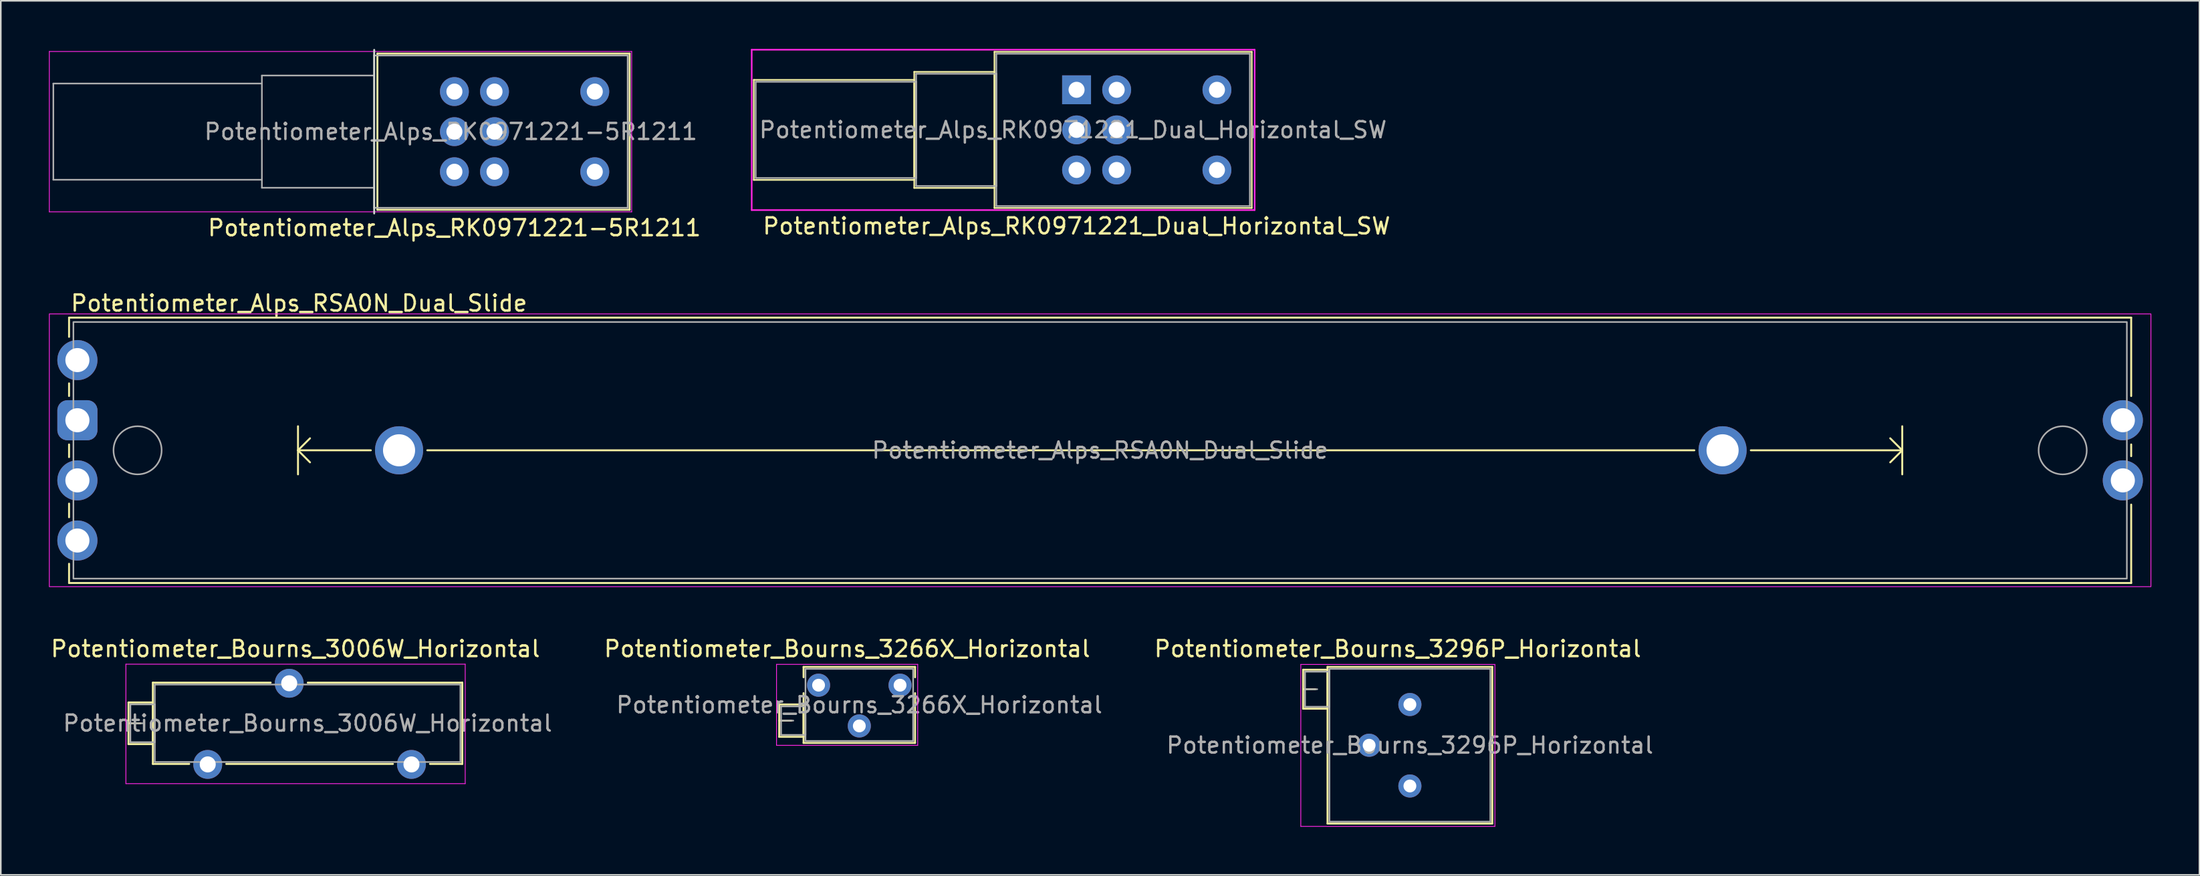
<source format=kicad_pcb>
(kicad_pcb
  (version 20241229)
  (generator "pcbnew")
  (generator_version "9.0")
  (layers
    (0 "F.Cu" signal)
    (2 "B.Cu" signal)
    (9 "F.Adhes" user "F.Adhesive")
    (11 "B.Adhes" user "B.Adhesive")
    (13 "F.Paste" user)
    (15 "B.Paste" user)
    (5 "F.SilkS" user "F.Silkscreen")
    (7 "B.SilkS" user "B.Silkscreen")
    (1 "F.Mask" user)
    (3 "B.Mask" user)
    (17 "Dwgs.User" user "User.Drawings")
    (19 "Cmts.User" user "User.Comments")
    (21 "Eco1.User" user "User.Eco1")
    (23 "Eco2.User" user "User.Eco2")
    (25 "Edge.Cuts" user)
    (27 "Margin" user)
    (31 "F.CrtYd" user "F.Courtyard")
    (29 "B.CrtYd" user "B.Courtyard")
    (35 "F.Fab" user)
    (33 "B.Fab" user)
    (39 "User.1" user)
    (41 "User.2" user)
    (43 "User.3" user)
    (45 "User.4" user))
  (footprint "Potentiometer_Bourns_3296P_Horizontal"
    (layer "F.Cu")
    (at 84.834 40.885)
    (property "Reference" "Potentiometer_Bourns_3296P_Horizontal" (at -0.76 -3.475 0) (layer "F.SilkS") (effects (font (size 1 1) (thickness 0.15))))
    (attr through_hole)
    (fp_line (start -6.655 -2.169) (end -6.655 0.26) (stroke (width 0.12) (type solid)) (layer "F.SilkS"))
    (fp_line (start -6.655 -2.169) (end -5.136 -2.169) (stroke (width 0.12) (type solid)) (layer "F.SilkS"))
    (fp_line (start -6.655 -0.955) (end -5.896 -0.955) (stroke (width 0.12) (type solid)) (layer "F.SilkS"))
    (fp_line (start -6.655 0.26) (end -5.136 0.26) (stroke (width 0.12) (type solid)) (layer "F.SilkS"))
    (fp_line (start -5.136 -2.169) (end -5.136 0.26) (stroke (width 0.12) (type solid)) (layer "F.SilkS"))
    (fp_line (start -5.135 -2.345) (end -5.135 7.425) (stroke (width 0.12) (type solid)) (layer "F.SilkS"))
    (fp_line (start -5.135 -2.345) (end 5.135 -2.345) (stroke (width 0.12) (type solid)) (layer "F.SilkS"))
    (fp_line (start -5.135 7.425) (end 5.135 7.425) (stroke (width 0.12) (type solid)) (layer "F.SilkS"))
    (fp_line (start 5.135 -2.345) (end 5.135 7.425) (stroke (width 0.12) (type solid)) (layer "F.SilkS"))
    (fp_line (start -6.8 -2.5) (end -6.8 7.6) (stroke (width 0.05) (type solid)) (layer "F.CrtYd"))
    (fp_line (start -6.8 7.6) (end 5.3 7.6) (stroke (width 0.05) (type solid)) (layer "F.CrtYd"))
    (fp_line (start 5.3 -2.5) (end -6.8 -2.5) (stroke (width 0.05) (type solid)) (layer "F.CrtYd"))
    (fp_line (start 5.3 7.6) (end 5.3 -2.5) (stroke (width 0.05) (type solid)) (layer "F.CrtYd"))
    (fp_line (start -6.535 -2.05) (end -6.535 0.14) (stroke (width 0.1) (type solid)) (layer "F.Fab"))
    (fp_line (start -6.535 -0.955) (end -5.775 -0.955) (stroke (width 0.1) (type solid)) (layer "F.Fab"))
    (fp_line (start -6.535 0.14) (end -5.015 0.14) (stroke (width 0.1) (type solid)) (layer "F.Fab"))
    (fp_line (start -5.015 -2.225) (end -5.015 7.305) (stroke (width 0.1) (type solid)) (layer "F.Fab"))
    (fp_line (start -5.015 -2.05) (end -6.535 -2.05) (stroke (width 0.1) (type solid)) (layer "F.Fab"))
    (fp_line (start -5.015 0.14) (end -5.015 -2.05) (stroke (width 0.1) (type solid)) (layer "F.Fab"))
    (fp_line (start -5.015 7.305) (end 5.015 7.305) (stroke (width 0.1) (type solid)) (layer "F.Fab"))
    (fp_line (start 5.015 -2.225) (end -5.015 -2.225) (stroke (width 0.1) (type solid)) (layer "F.Fab"))
    (fp_line (start 5.015 7.305) (end 5.015 -2.225) (stroke (width 0.1) (type solid)) (layer "F.Fab"))
    (fp_text user "${REFERENCE}" (at 0 2.54 0) (layer "F.Fab") (effects (font (size 1 1) (thickness 0.15))))
    (pad "1" thru_hole circle (at 0 0) (size 1.44 1.44) (drill 0.8) (layers "*.Cu" "*.Mask"))
    (pad "2" thru_hole circle (at -2.54 2.54) (size 1.44 1.44) (drill 0.8) (layers "*.Cu" "*.Mask"))
    (pad "3" thru_hole circle (at 0 5.08) (size 1.44 1.44) (drill 0.8) (layers "*.Cu" "*.Mask")))
  (footprint "Potentiometer_Bourns_3266X_Horizontal"
    (layer "F.Cu")
    (at 53.054 39.68)
    (property "Reference" "Potentiometer_Bourns_3266X_Horizontal" (at -3.3 -2.27 0) (layer "F.SilkS") (effects (font (size 1 1) (thickness 0.15))))
    (attr through_hole)
    (fp_line (start -7.535 1.2) (end -7.535 3.22) (stroke (width 0.12) (type solid)) (layer "F.SilkS"))
    (fp_line (start -7.535 1.2) (end -6.016 1.2) (stroke (width 0.12) (type solid)) (layer "F.SilkS"))
    (fp_line (start -7.535 2.21) (end -6.776 2.21) (stroke (width 0.12) (type solid)) (layer "F.SilkS"))
    (fp_line (start -7.535 3.22) (end -6.016 3.22) (stroke (width 0.12) (type solid)) (layer "F.SilkS"))
    (fp_line (start -6.016 1.2) (end -6.016 3.22) (stroke (width 0.12) (type solid)) (layer "F.SilkS"))
    (fp_line (start -6.015 -1.14) (end -6.015 -0.495) (stroke (width 0.12) (type solid)) (layer "F.SilkS"))
    (fp_line (start -6.015 -1.14) (end 0.935 -1.14) (stroke (width 0.12) (type solid)) (layer "F.SilkS"))
    (fp_line (start -6.015 0.495) (end -6.015 3.6) (stroke (width 0.12) (type solid)) (layer "F.SilkS"))
    (fp_line (start -6.015 3.6) (end 0.935 3.6) (stroke (width 0.12) (type solid)) (layer "F.SilkS"))
    (fp_line (start 0.935 -1.14) (end 0.935 -0.495) (stroke (width 0.12) (type solid)) (layer "F.SilkS"))
    (fp_line (start 0.935 0.495) (end 0.935 3.6) (stroke (width 0.12) (type solid)) (layer "F.SilkS"))
    (fp_line (start -7.7 -1.3) (end -7.7 3.75) (stroke (width 0.05) (type solid)) (layer "F.CrtYd"))
    (fp_line (start -7.7 3.75) (end 1.1 3.75) (stroke (width 0.05) (type solid)) (layer "F.CrtYd"))
    (fp_line (start 1.1 -1.3) (end -7.7 -1.3) (stroke (width 0.05) (type solid)) (layer "F.CrtYd"))
    (fp_line (start 1.1 3.75) (end 1.1 -1.3) (stroke (width 0.05) (type solid)) (layer "F.CrtYd"))
    (fp_line (start -7.415 1.32) (end -7.415 3.1) (stroke (width 0.1) (type solid)) (layer "F.Fab"))
    (fp_line (start -7.415 2.21) (end -6.655 2.21) (stroke (width 0.1) (type solid)) (layer "F.Fab"))
    (fp_line (start -7.415 3.1) (end -5.895 3.1) (stroke (width 0.1) (type solid)) (layer "F.Fab"))
    (fp_line (start -5.895 -1.02) (end -5.895 3.48) (stroke (width 0.1) (type solid)) (layer "F.Fab"))
    (fp_line (start -5.895 1.32) (end -7.415 1.32) (stroke (width 0.1) (type solid)) (layer "F.Fab"))
    (fp_line (start -5.895 3.1) (end -5.895 1.32) (stroke (width 0.1) (type solid)) (layer "F.Fab"))
    (fp_line (start -5.895 3.48) (end 0.815 3.48) (stroke (width 0.1) (type solid)) (layer "F.Fab"))
    (fp_line (start 0.815 -1.02) (end -5.895 -1.02) (stroke (width 0.1) (type solid)) (layer "F.Fab"))
    (fp_line (start 0.815 3.48) (end 0.815 -1.02) (stroke (width 0.1) (type solid)) (layer "F.Fab"))
    (fp_text user "${REFERENCE}" (at -2.54 1.23 0) (layer "F.Fab") (effects (font (size 1 1) (thickness 0.15))))
    (pad "1" thru_hole circle (at 0 0) (size 1.44 1.44) (drill 0.8) (layers "*.Cu" "*.Mask"))
    (pad "2" thru_hole circle (at -2.54 2.54) (size 1.44 1.44) (drill 0.8) (layers "*.Cu" "*.Mask"))
    (pad "3" thru_hole circle (at -5.08 0) (size 1.44 1.44) (drill 0.8) (layers "*.Cu" "*.Mask")))
  (footprint "Potentiometer_Alps_RK0971221_Dual_Horizontal_SW"
    (layer "F.Cu")
    (at 64.057 2.55)
    (property "Reference" "Potentiometer_Alps_RK0971221_Dual_Horizontal_SW" (at 0 8.5 180) (layer "F.SilkS") (effects (font (size 1 1) (thickness 0.15))))
    (attr through_hole)
    (fp_line (start -20.12 5.62) (end -20.12 -0.62) (stroke (width 0.1) (type solid)) (layer "F.SilkS"))
    (fp_line (start -10.12 -0.62) (end -20.12 -0.62) (stroke (width 0.1) (type solid)) (layer "F.SilkS"))
    (fp_line (start -10.12 5.62) (end -20.12 5.62) (stroke (width 0.1) (type solid)) (layer "F.SilkS"))
    (fp_line (start -10.12 5.62) (end -10.12 -0.62) (stroke (width 0.1) (type solid)) (layer "F.SilkS"))
    (fp_line (start -10.12 6.12) (end -10.12 -1.12) (stroke (width 0.1) (type solid)) (layer "F.SilkS"))
    (fp_line (start -5.12 -1.12) (end -10.12 -1.12) (stroke (width 0.1) (type solid)) (layer "F.SilkS"))
    (fp_line (start -5.12 6.12) (end -10.12 6.12) (stroke (width 0.1) (type solid)) (layer "F.SilkS"))
    (fp_line (start -5.12 6.12) (end -5.12 -1.12) (stroke (width 0.1) (type solid)) (layer "F.SilkS"))
    (fp_line (start -5.12 7.37) (end -5.12 -2.37) (stroke (width 0.1) (type solid)) (layer "F.SilkS"))
    (fp_line (start 10.921 -2.37) (end -5.12 -2.37) (stroke (width 0.1) (type solid)) (layer "F.SilkS"))
    (fp_line (start 10.921 7.37) (end -5.12 7.37) (stroke (width 0.1) (type solid)) (layer "F.SilkS"))
    (fp_line (start 10.921 7.37) (end 10.921 -2.37) (stroke (width 0.1) (type solid)) (layer "F.SilkS"))
    (fp_line (start -20.25 -2.5) (end -20.25 7.5) (stroke (width 0.1) (type solid)) (layer "F.CrtYd"))
    (fp_line (start -20.25 7.5) (end 11.1 7.5) (stroke (width 0.1) (type solid)) (layer "F.CrtYd"))
    (fp_line (start 11.1 -2.5) (end -20.25 -2.5) (stroke (width 0.1) (type solid)) (layer "F.CrtYd"))
    (fp_line (start 11.1 7.5) (end 11.1 -2.5) (stroke (width 0.1) (type solid)) (layer "F.CrtYd"))
    (fp_line (start -20 -0.5) (end -20 5.5) (stroke (width 0.1) (type solid)) (layer "F.Fab"))
    (fp_line (start -20 5.5) (end -10 5.5) (stroke (width 0.1) (type solid)) (layer "F.Fab"))
    (fp_line (start -10 -1) (end -10 6) (stroke (width 0.1) (type solid)) (layer "F.Fab"))
    (fp_line (start -10 -0.5) (end -20 -0.5) (stroke (width 0.1) (type solid)) (layer "F.Fab"))
    (fp_line (start -10 5.5) (end -10 -0.5) (stroke (width 0.1) (type solid)) (layer "F.Fab"))
    (fp_line (start -10 6) (end -5 6) (stroke (width 0.1) (type solid)) (layer "F.Fab"))
    (fp_line (start -5 -2.25) (end -5 7.25) (stroke (width 0.1) (type solid)) (layer "F.Fab"))
    (fp_line (start -5 -1) (end -10 -1) (stroke (width 0.1) (type solid)) (layer "F.Fab"))
    (fp_line (start -5 6) (end -5 -1) (stroke (width 0.1) (type solid)) (layer "F.Fab"))
    (fp_line (start -5 7.25) (end 10.8 7.25) (stroke (width 0.1) (type solid)) (layer "F.Fab"))
    (fp_line (start 10.8 -2.25) (end -5 -2.25) (stroke (width 0.1) (type solid)) (layer "F.Fab"))
    (fp_line (start 10.8 7.25) (end 10.8 -2.25) (stroke (width 0.1) (type solid)) (layer "F.Fab"))
    (fp_text user "${REFERENCE}" (at -0.225 2.5 180) (layer "F.Fab") (effects (font (size 1 1) (thickness 0.15))))
    (pad "1" thru_hole rect (at 0 0 180) (size 1.8 1.8) (drill 1) (layers "*.Cu" "*.Mask"))
    (pad "2" thru_hole circle (at 0 2.5 180) (size 1.8 1.8) (drill 1) (layers "*.Cu" "*.Mask"))
    (pad "3" thru_hole circle (at 0 5 180) (size 1.8 1.8) (drill 1) (layers "*.Cu" "*.Mask"))
    (pad "4" thru_hole circle (at 2.5 0 180) (size 1.8 1.8) (drill 1) (layers "*.Cu" "*.Mask"))
    (pad "5" thru_hole circle (at 2.5 2.5 180) (size 1.8 1.8) (drill 1) (layers "*.Cu" "*.Mask"))
    (pad "6" thru_hole circle (at 2.5 5 180) (size 1.8 1.8) (drill 1) (layers "*.Cu" "*.Mask"))
    (pad "7" thru_hole circle (at 8.75 0 180) (size 1.8 1.8) (drill 1) (layers "*.Cu" "*.Mask"))
    (pad "8" thru_hole circle (at 8.75 5 180) (size 1.8 1.8) (drill 1) (layers "*.Cu" "*.Mask")))
  (footprint "Potentiometer_Alps_RK0971221-5R1211"
    (layer "F.Cu")
    (at 25.275 2.66)
    (property "Reference" "Potentiometer_Alps_RK0971221-5R1211" (at 0 8.5 180) (layer "F.SilkS") (effects (font (size 1 1) (thickness 0.15))))
    (attr through_hole)
    (fp_line (start -4.8 7.37) (end -4.8 -2.37) (stroke (width 0.12) (type solid)) (layer "F.SilkS"))
    (fp_line (start 10.921 -2.37) (end -4.8 -2.37) (stroke (width 0.12) (type solid)) (layer "F.SilkS"))
    (fp_line (start 10.921 7.37) (end -4.8 7.37) (stroke (width 0.12) (type solid)) (layer "F.SilkS"))
    (fp_line (start 10.921 7.37) (end 10.921 -2.37) (stroke (width 0.12) (type solid)) (layer "F.SilkS"))
    (fp_line (start -5 -2.6) (end -5 7.6) (stroke (width 0.12) (type solid)) (layer "Edge.Cuts"))
    (fp_line (start -25.25 -2.5) (end -25.25 7.5) (stroke (width 0.05) (type solid)) (layer "F.CrtYd"))
    (fp_line (start -25.25 7.5) (end 11.05 7.5) (stroke (width 0.05) (type solid)) (layer "F.CrtYd"))
    (fp_line (start 11.05 -2.5) (end -25.25 -2.5) (stroke (width 0.05) (type solid)) (layer "F.CrtYd"))
    (fp_line (start 11.05 7.5) (end 11.05 -2.5) (stroke (width 0.05) (type solid)) (layer "F.CrtYd"))
    (fp_line (start -25 -0.5) (end -25 5.5) (stroke (width 0.1) (type solid)) (layer "F.Fab"))
    (fp_line (start -25 5.5) (end -12 5.5) (stroke (width 0.1) (type solid)) (layer "F.Fab"))
    (fp_line (start -12 -1) (end -12 6) (stroke (width 0.1) (type solid)) (layer "F.Fab"))
    (fp_line (start -12 -0.5) (end -25 -0.5) (stroke (width 0.1) (type solid)) (layer "F.Fab"))
    (fp_line (start -12 6) (end -5 6) (stroke (width 0.1) (type solid)) (layer "F.Fab"))
    (fp_line (start -5 -2.25) (end -5 7.25) (stroke (width 0.1) (type solid)) (layer "F.Fab"))
    (fp_line (start -5 -1) (end -12 -1) (stroke (width 0.1) (type solid)) (layer "F.Fab"))
    (fp_line (start -5 7.25) (end 10.8 7.25) (stroke (width 0.1) (type solid)) (layer "F.Fab"))
    (fp_line (start 10.8 -2.25) (end -5 -2.25) (stroke (width 0.1) (type solid)) (layer "F.Fab"))
    (fp_line (start 10.8 7.25) (end 10.8 -2.25) (stroke (width 0.1) (type solid)) (layer "F.Fab"))
    (fp_text user "${REFERENCE}" (at -0.225 2.5 180) (layer "F.Fab") (effects (font (size 1 1) (thickness 0.15))))
    (pad "1" thru_hole circle (at 0 0) (size 1.8 1.8) (drill 1) (layers "*.Cu" "*.Mask"))
    (pad "2" thru_hole circle (at 0 2.5) (size 1.8 1.8) (drill 1) (layers "*.Cu" "*.Mask"))
    (pad "3" thru_hole circle (at 0 5) (size 1.8 1.8) (drill 1) (layers "*.Cu" "*.Mask"))
    (pad "4" thru_hole circle (at 2.5 0) (size 1.8 1.8) (drill 1) (layers "*.Cu" "*.Mask"))
    (pad "5" thru_hole circle (at 2.5 2.5) (size 1.8 1.8) (drill 1) (layers "*.Cu" "*.Mask"))
    (pad "6" thru_hole circle (at 2.5 5) (size 1.8 1.8) (drill 1) (layers "*.Cu" "*.Mask"))
    (pad "7" thru_hole circle (at 8.75 0) (size 1.8 1.8) (drill 1) (layers "*.Cu" "*.Mask"))
    (pad "8" thru_hole circle (at 8.75 5) (size 1.8 1.8) (drill 1) (layers "*.Cu" "*.Mask")))
  (footprint "Potentiometer_Bourns_3006W_Horizontal"
    (layer "F.Cu")
    (at 22.598 44.62)
    (property "Reference" "Potentiometer_Bourns_3006W_Horizontal" (at -7.235 -7.21 0) (layer "F.SilkS") (effects (font (size 1 1) (thickness 0.15))))
    (attr through_hole)
    (fp_line (start -17.64 -3.864) (end -17.64 -1.265) (stroke (width 0.12) (type solid)) (layer "F.SilkS"))
    (fp_line (start -17.64 -3.864) (end -16.121 -3.864) (stroke (width 0.12) (type solid)) (layer "F.SilkS"))
    (fp_line (start -17.64 -2.565) (end -16.881 -2.565) (stroke (width 0.12) (type solid)) (layer "F.SilkS"))
    (fp_line (start -17.64 -1.265) (end -16.121 -1.265) (stroke (width 0.12) (type solid)) (layer "F.SilkS"))
    (fp_line (start -16.121 -3.864) (end -16.121 -1.265) (stroke (width 0.12) (type solid)) (layer "F.SilkS"))
    (fp_line (start -16.12 -5.1) (end -16.12 -0.03) (stroke (width 0.12) (type solid)) (layer "F.SilkS"))
    (fp_line (start -16.12 -5.1) (end -8.775 -5.1) (stroke (width 0.12) (type solid)) (layer "F.SilkS"))
    (fp_line (start -16.12 -0.03) (end -13.854 -0.03) (stroke (width 0.12) (type solid)) (layer "F.SilkS"))
    (fp_line (start -11.544 -0.03) (end -1.155 -0.03) (stroke (width 0.12) (type solid)) (layer "F.SilkS"))
    (fp_line (start -6.465 -5.1) (end 3.17 -5.1) (stroke (width 0.12) (type solid)) (layer "F.SilkS"))
    (fp_line (start 1.155 -0.03) (end 3.17 -0.03) (stroke (width 0.12) (type solid)) (layer "F.SilkS"))
    (fp_line (start 3.17 -5.1) (end 3.17 -0.03) (stroke (width 0.12) (type solid)) (layer "F.SilkS"))
    (fp_line (start -17.8 -6.25) (end -17.8 1.2) (stroke (width 0.05) (type solid)) (layer "F.CrtYd"))
    (fp_line (start -17.8 1.2) (end 3.35 1.2) (stroke (width 0.05) (type solid)) (layer "F.CrtYd"))
    (fp_line (start 3.35 -6.25) (end -17.8 -6.25) (stroke (width 0.05) (type solid)) (layer "F.CrtYd"))
    (fp_line (start 3.35 1.2) (end 3.35 -6.25) (stroke (width 0.05) (type solid)) (layer "F.CrtYd"))
    (fp_line (start -17.52 -3.745) (end -17.52 -1.385) (stroke (width 0.1) (type solid)) (layer "F.Fab"))
    (fp_line (start -17.52 -2.565) (end -16.76 -2.565) (stroke (width 0.1) (type solid)) (layer "F.Fab"))
    (fp_line (start -17.52 -1.385) (end -16 -1.385) (stroke (width 0.1) (type solid)) (layer "F.Fab"))
    (fp_line (start -16 -4.98) (end -16 -0.15) (stroke (width 0.1) (type solid)) (layer "F.Fab"))
    (fp_line (start -16 -3.745) (end -17.52 -3.745) (stroke (width 0.1) (type solid)) (layer "F.Fab"))
    (fp_line (start -16 -1.385) (end -16 -3.745) (stroke (width 0.1) (type solid)) (layer "F.Fab"))
    (fp_line (start -16 -0.15) (end 3.05 -0.15) (stroke (width 0.1) (type solid)) (layer "F.Fab"))
    (fp_line (start 3.05 -4.98) (end -16 -4.98) (stroke (width 0.1) (type solid)) (layer "F.Fab"))
    (fp_line (start 3.05 -0.15) (end 3.05 -4.98) (stroke (width 0.1) (type solid)) (layer "F.Fab"))
    (fp_text user "${REFERENCE}" (at -6.475 -2.565 0) (layer "F.Fab") (effects (font (size 1 1) (thickness 0.15))))
    (pad "1" thru_hole circle (at 0 0) (size 1.8 1.8) (drill 1) (layers "*.Cu" "*.Mask"))
    (pad "2" thru_hole circle (at -7.62 -5.06) (size 1.8 1.8) (drill 1) (layers "*.Cu" "*.Mask"))
    (pad "3" thru_hole circle (at -12.7 0) (size 1.8 1.8) (drill 1) (layers "*.Cu" "*.Mask")))
  (footprint "Potentiometer_Alps_RSA0N_Dual_Slide"
    (layer "F.Cu")
    (at 1.775 23.157)
    (property "Reference" "Potentiometer_Alps_RSA0N_Dual_Slide" (at -0.5 -7.3 0) (layer "F.SilkS") (effects (font (size 1 1) (thickness 0.15)) (justify left)))
    (attr through_hole)
    (fp_line (start -0.52 -6.4) (end -0.52 -5.2) (stroke (width 0.12) (type default)) (layer "F.SilkS"))
    (fp_line (start -0.52 -6.4) (end 128.02 -6.4) (stroke (width 0.12) (type default)) (layer "F.SilkS"))
    (fp_line (start -0.52 -2.3) (end -0.52 -1.51) (stroke (width 0.12) (type default)) (layer "F.SilkS"))
    (fp_line (start -0.52 1.51) (end -0.52 2.3) (stroke (width 0.12) (type default)) (layer "F.SilkS"))
    (fp_line (start -0.52 5.2) (end -0.52 6.05) (stroke (width 0.12) (type default)) (layer "F.SilkS"))
    (fp_line (start -0.52 8.95) (end -0.52 10.15) (stroke (width 0.12) (type default)) (layer "F.SilkS"))
    (fp_line (start -0.52 10.15) (end 128.02 10.15) (stroke (width 0.12) (type default)) (layer "F.SilkS"))
    (fp_line (start 13.75 0.375) (end 13.75 3.375) (stroke (width 0.12) (type solid)) (layer "F.SilkS"))
    (fp_line (start 13.75 1.875) (end 14.5 2.625) (stroke (width 0.12) (type solid)) (layer "F.SilkS"))
    (fp_line (start 13.75 1.875) (end 18.29 1.875) (stroke (width 0.12) (type default)) (layer "F.SilkS"))
    (fp_line (start 14.5 1.125) (end 13.75 1.875) (stroke (width 0.12) (type solid)) (layer "F.SilkS"))
    (fp_line (start 21.81 1.875) (end 100.79 1.875) (stroke (width 0.12) (type solid)) (layer "F.SilkS"))
    (fp_line (start 104.31 1.875) (end 113.75 1.875) (stroke (width 0.12) (type default)) (layer "F.SilkS"))
    (fp_line (start 113 1.125) (end 113.75 1.875) (stroke (width 0.12) (type solid)) (layer "F.SilkS"))
    (fp_line (start 113.75 0.375) (end 113.75 3.375) (stroke (width 0.12) (type solid)) (layer "F.SilkS"))
    (fp_line (start 113.75 1.875) (end 113 2.625) (stroke (width 0.12) (type solid)) (layer "F.SilkS"))
    (fp_line (start 128.02 -6.4) (end 128.02 -1.51) (stroke (width 0.12) (type default)) (layer "F.SilkS"))
    (fp_line (start 128.02 1.51) (end 128.02 2.24) (stroke (width 0.12) (type default)) (layer "F.SilkS"))
    (fp_line (start 128.02 10.15) (end 128.02 5.26) (stroke (width 0.12) (type default)) (layer "F.SilkS"))
    (fp_rect (start -1.75 -6.63) (end 129.25 10.38) (stroke (width 0.05) (type default)) (fill no) (layer "F.CrtYd"))
    (fp_rect (start -0.25 -6.125) (end 127.75 9.875) (stroke (width 0.1) (type default)) (fill no) (layer "F.Fab"))
    (fp_circle (center 3.75 1.875) (end 5.25 1.875) (stroke (width 0.1) (type default)) (fill no) (layer "F.Fab"))
    (fp_circle (center 123.75 1.875) (end 125.25 1.875) (stroke (width 0.1) (type default)) (fill no) (layer "F.Fab"))
    (fp_text user "${REFERENCE}" (at 63.75 1.875 0) (layer "F.Fab") (effects (font (size 1 1) (thickness 0.15))))
    (pad "1" thru_hole roundrect (at 0 0) (size 2.5 2.5) (drill 1.5) (layers "*.Cu" "*.Mask") (roundrect_rratio 0.25))
    (pad "2" thru_hole circle (at 0 -3.75) (size 2.5 2.5) (drill 1.5) (layers "*.Cu" "*.Mask"))
    (pad "3" thru_hole circle (at 127.5 0) (size 2.5 2.5) (drill 1.5) (layers "*.Cu" "*.Mask"))
    (pad "4" thru_hole circle (at 0 3.75) (size 2.5 2.5) (drill 1.5) (layers "*.Cu" "*.Mask"))
    (pad "5" thru_hole circle (at 0 7.5) (size 2.5 2.5) (drill 1.5) (layers "*.Cu" "*.Mask"))
    (pad "6" thru_hole circle (at 127.5 3.75) (size 2.5 2.5) (drill 1.5) (layers "*.Cu" "*.Mask"))
    (pad "MT" thru_hole circle (at 20.05 1.875) (size 3 3) (drill 2) (layers "*.Cu" "*.Mask"))
    (pad "MT" thru_hole circle (at 102.55 1.875) (size 3 3) (drill 2) (layers "*.Cu" "*.Mask")))
  (gr_rect
    (start -3 -3)
    (end 134.05 51.51)
    (stroke (width 0.1) (type default))
    (fill no)
    (layer "Edge.Cuts")))
</source>
